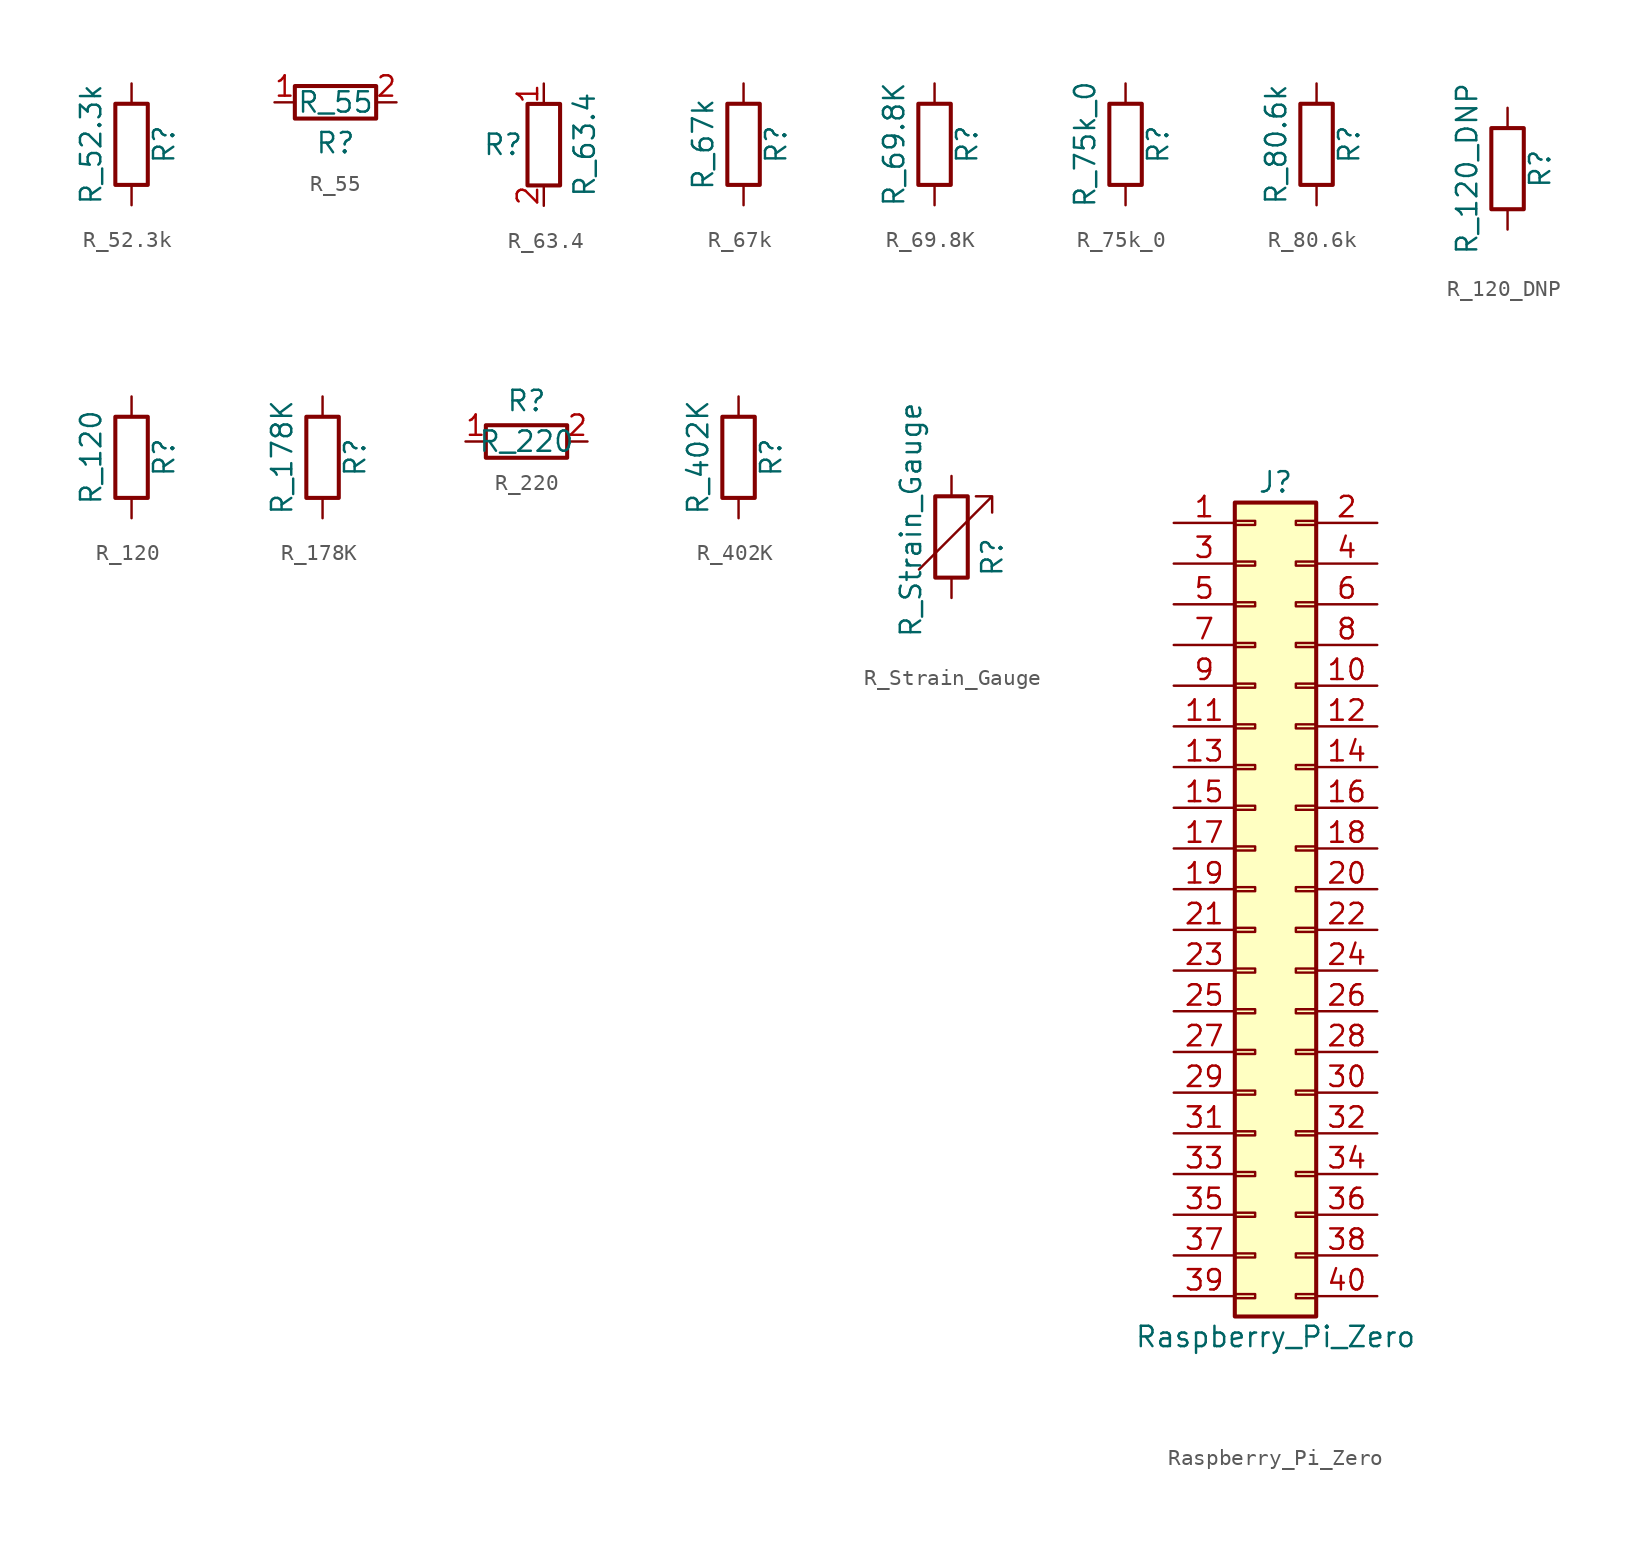
<source format=kicad_sym>
(kicad_symbol_lib
  (version 20211014)
  (generator kicad_symbol_editor)
  (symbol "R_52.3k"
    (pin_numbers hide)
    (pin_names
      (offset 0))
    (property "Reference" "R"
      (at 2.032 0 90)
      (effects (font (size 1.27 1.27))))
    (property "Value" "R_52.3k"
      (at -2.54 0 90)
      (effects (font (size 1.27 1.27))))
    (symbol "R_52.3k_0_1"
      (rectangle (start -1.016 -2.54) (end 1.016 2.54) (stroke (width 0.254) (type default) (color 0 0 0 0)) (fill (type none))))
    (symbol "R_52.3k_1_1"
      (pin passive line (at 0 3.81 270) (length 1.27) (name "~" (effects (font (size 1.27 1.27)))) (number "1" (effects (font (size 1.27 1.27)))))
      (pin passive line (at 0 -3.81 90) (length 1.27) (name "~" (effects (font (size 1.27 1.27)))) (number "2" (effects (font (size 1.27 1.27)))))))
  (symbol "R_55"
    (pin_names
      (offset 1.016))
    (property "Reference" "R"
      (at 0 -2.54 0)
      (effects (font (size 1.27 1.27))))
    (property "Value" "R_55"
      (at 0 0 0)
      (effects (font (size 1.27 1.27))))
    (symbol "R_55_1_1"
      (rectangle (start 2.54 -1.016) (end -2.54 1.016) (stroke (width 0.254) (type default) (color 0 0 0 0)) (fill (type none)))
      (pin passive line (at -3.81 0 0) (length 1.27) (name "~" (effects (font (size 1.27 1.27)))) (number "1" (effects (font (size 1.27 1.27)))))
      (pin passive line (at 3.81 0 180) (length 1.27) (name "~" (effects (font (size 1.27 1.27)))) (number "2" (effects (font (size 1.27 1.27)))))))
  (symbol "R_63.4"
    (pin_names
      (offset 1.016))
    (property "Reference" "R"
      (at -2.54 0 0)
      (effects (font (size 1.27 1.27))))
    (property "Value" "R_63.4"
      (at 2.54 0 90)
      (effects (font (size 1.27 1.27))))
    (symbol "R_63.4_0_1"
      (rectangle (start -1.016 -2.54) (end 1.016 2.54) (stroke (width 0.254) (type default) (color 0 0 0 0)) (fill (type none))))
    (symbol "R_63.4_1_1"
      (pin passive line (at 0 3.81 270) (length 1.27) (name "~" (effects (font (size 1.27 1.27)))) (number "1" (effects (font (size 1.27 1.27)))))
      (pin passive line (at 0 -3.81 90) (length 1.27) (name "~" (effects (font (size 1.27 1.27)))) (number "2" (effects (font (size 1.27 1.27)))))))
  (symbol "R_67k"
    (pin_numbers hide)
    (pin_names
      (offset 0))
    (property "Reference" "R"
      (at 2.032 0 90)
      (effects (font (size 1.27 1.27))))
    (property "Value" "R_67k"
      (at -2.54 0 90)
      (effects (font (size 1.27 1.27))))
    (symbol "R_67k_0_1"
      (rectangle (start -1.016 -2.54) (end 1.016 2.54) (stroke (width 0.254) (type default) (color 0 0 0 0)) (fill (type none))))
    (symbol "R_67k_1_1"
      (pin passive line (at 0 3.81 270) (length 1.27) (name "~" (effects (font (size 1.27 1.27)))) (number "1" (effects (font (size 1.27 1.27)))))
      (pin passive line (at 0 -3.81 90) (length 1.27) (name "~" (effects (font (size 1.27 1.27)))) (number "2" (effects (font (size 1.27 1.27)))))))
  (symbol "R_69.8K"
    (pin_numbers hide)
    (pin_names
      (offset 0))
    (property "Reference" "R"
      (at 2.032 0 90)
      (effects (font (size 1.27 1.27))))
    (property "Value" "R_69.8K"
      (at -2.54 0 90)
      (effects (font (size 1.27 1.27))))
    (symbol "R_69.8K_0_1"
      (rectangle (start -1.016 -2.54) (end 1.016 2.54) (stroke (width 0.254) (type default) (color 0 0 0 0)) (fill (type none))))
    (symbol "R_69.8K_1_1"
      (pin passive line (at 0 3.81 270) (length 1.27) (name "~" (effects (font (size 1.27 1.27)))) (number "1" (effects (font (size 1.27 1.27)))))
      (pin passive line (at 0 -3.81 90) (length 1.27) (name "~" (effects (font (size 1.27 1.27)))) (number "2" (effects (font (size 1.27 1.27)))))))
  (symbol "R_75k_0"
    (pin_numbers hide)
    (pin_names
      (offset 0))
    (property "Reference" "R"
      (at 2.032 0 90)
      (effects (font (size 1.27 1.27))))
    (property "Value" "R_75k_0"
      (at -2.54 0 90)
      (effects (font (size 1.27 1.27))))
    (symbol "R_75k_0_0_1"
      (rectangle (start -1.016 -2.54) (end 1.016 2.54) (stroke (width 0.254) (type default) (color 0 0 0 0)) (fill (type none))))
    (symbol "R_75k_0_1_1"
      (pin passive line (at 0 3.81 270) (length 1.27) (name "~" (effects (font (size 1.27 1.27)))) (number "1" (effects (font (size 1.27 1.27)))))
      (pin passive line (at 0 -3.81 90) (length 1.27) (name "~" (effects (font (size 1.27 1.27)))) (number "2" (effects (font (size 1.27 1.27)))))))
  (symbol "R_80.6k"
    (pin_numbers hide)
    (pin_names
      (offset 0))
    (property "Reference" "R"
      (at 2.032 0 90)
      (effects (font (size 1.27 1.27))))
    (property "Value" "R_80.6k"
      (at -2.54 0 90)
      (effects (font (size 1.27 1.27))))
    (symbol "R_80.6k_0_1"
      (rectangle (start -1.016 -2.54) (end 1.016 2.54) (stroke (width 0.254) (type default) (color 0 0 0 0)) (fill (type none))))
    (symbol "R_80.6k_1_1"
      (pin passive line (at 0 3.81 270) (length 1.27) (name "~" (effects (font (size 1.27 1.27)))) (number "1" (effects (font (size 1.27 1.27)))))
      (pin passive line (at 0 -3.81 90) (length 1.27) (name "~" (effects (font (size 1.27 1.27)))) (number "2" (effects (font (size 1.27 1.27)))))))
  (symbol "R_120_DNP"
    (pin_numbers hide)
    (pin_names
      (offset 0))
    (property "Reference" "R"
      (at 2.032 0 90)
      (effects (font (size 1.27 1.27))))
    (property "Value" "R_120_DNP"
      (at -2.54 0 90)
      (effects (font (size 1.27 1.27))))
    (symbol "R_120_DNP_0_1"
      (rectangle (start -1.016 -2.54) (end 1.016 2.54) (stroke (width 0.254) (type default) (color 0 0 0 0)) (fill (type none))))
    (symbol "R_120_DNP_1_1"
      (pin passive line (at 0 3.81 270) (length 1.27) (name "~" (effects (font (size 1.27 1.27)))) (number "1" (effects (font (size 1.27 1.27)))))
      (pin passive line (at 0 -3.81 90) (length 1.27) (name "~" (effects (font (size 1.27 1.27)))) (number "2" (effects (font (size 1.27 1.27)))))))
  (symbol "R_120"
    (pin_numbers hide)
    (pin_names
      (offset 0))
    (property "Reference" "R"
      (at 2.032 0 90)
      (effects (font (size 1.27 1.27))))
    (property "Value" "R_120"
      (at -2.54 0 90)
      (effects (font (size 1.27 1.27))))
    (symbol "R_120_0_1"
      (rectangle (start -1.016 -2.54) (end 1.016 2.54) (stroke (width 0.254) (type default) (color 0 0 0 0)) (fill (type none))))
    (symbol "R_120_1_1"
      (pin passive line (at 0 3.81 270) (length 1.27) (name "~" (effects (font (size 1.27 1.27)))) (number "1" (effects (font (size 1.27 1.27)))))
      (pin passive line (at 0 -3.81 90) (length 1.27) (name "~" (effects (font (size 1.27 1.27)))) (number "2" (effects (font (size 1.27 1.27)))))))
  (symbol "R_178K"
    (pin_numbers hide)
    (pin_names
      (offset 0))
    (property "Reference" "R"
      (at 2.032 0 90)
      (effects (font (size 1.27 1.27))))
    (property "Value" "R_178K"
      (at -2.54 0 90)
      (effects (font (size 1.27 1.27))))
    (symbol "R_178K_0_1"
      (rectangle (start -1.016 -2.54) (end 1.016 2.54) (stroke (width 0.254) (type default) (color 0 0 0 0)) (fill (type none))))
    (symbol "R_178K_1_1"
      (pin passive line (at 0 3.81 270) (length 1.27) (name "~" (effects (font (size 1.27 1.27)))) (number "1" (effects (font (size 1.27 1.27)))))
      (pin passive line (at 0 -3.81 90) (length 1.27) (name "~" (effects (font (size 1.27 1.27)))) (number "2" (effects (font (size 1.27 1.27)))))))
  (symbol "R_220"
    (pin_names
      (offset 1.016))
    (property "Reference" "R"
      (at 0 2.54 0)
      (effects (font (size 1.27 1.27))))
    (property "Value" "R_220"
      (at 0 0 0)
      (effects (font (size 1.27 1.27))))
    (symbol "R_220_1_1"
      (rectangle (start 2.54 -1.016) (end -2.54 1.016) (stroke (width 0.254) (type default) (color 0 0 0 0)) (fill (type none)))
      (pin passive line (at -3.81 0 0) (length 1.27) (name "~" (effects (font (size 1.27 1.27)))) (number "1" (effects (font (size 1.27 1.27)))))
      (pin passive line (at 3.81 0 180) (length 1.27) (name "~" (effects (font (size 1.27 1.27)))) (number "2" (effects (font (size 1.27 1.27)))))))
  (symbol "R_402K"
    (pin_numbers hide)
    (pin_names
      (offset 0))
    (property "Reference" "R"
      (at 2.032 0 90)
      (effects (font (size 1.27 1.27))))
    (property "Value" "R_402K"
      (at -2.54 0 90)
      (effects (font (size 1.27 1.27))))
    (symbol "R_402K_0_1"
      (rectangle (start -1.016 -2.54) (end 1.016 2.54) (stroke (width 0.254) (type default) (color 0 0 0 0)) (fill (type none))))
    (symbol "R_402K_1_1"
      (pin passive line (at 0 3.81 270) (length 1.27) (name "~" (effects (font (size 1.27 1.27)))) (number "1" (effects (font (size 1.27 1.27)))))
      (pin passive line (at 0 -3.81 90) (length 1.27) (name "~" (effects (font (size 1.27 1.27)))) (number "2" (effects (font (size 1.27 1.27)))))))
  (symbol "R_Strain_Gauge"
    (pin_numbers hide)
    (pin_names
      (offset 0))
    (property "Reference" "R"
      (at 2.54 -2.54 90)
      (effects (font (size 1.27 1.27)) (justify left)))
    (property "Value" "R_Strain_Gauge"
      (at -2.54 -6.35 90)
      (effects (font (size 1.27 1.27)) (justify left)))
    (symbol "R_Strain_Gauge_0_1"
      (rectangle (start -1.016 -2.54) (end 1.016 2.54) (stroke (width 0.254) (type default) (color 0 0 0 0)) (fill (type none)))
      (polyline (pts (xy 2.54 1.524) (xy 2.54 2.54) (xy 1.524 2.54) (xy 2.54 2.54) (xy -2.032 -2.032)) (stroke (width 0) (type default) (color 0 0 0 0)) (fill (type none))))
    (symbol "R_Strain_Gauge_1_1"
      (pin passive line (at 0 3.81 270) (length 1.27) (name "~" (effects (font (size 1.27 1.27)))) (number "1" (effects (font (size 1.27 1.27)))))
      (pin passive line (at 0 -3.81 90) (length 1.27) (name "~" (effects (font (size 1.27 1.27)))) (number "2" (effects (font (size 1.27 1.27)))))))
  (symbol "Raspberry_Pi_Zero"
    (pin_names
      (offset 1.016) hide)
    (property "Reference" "J"
      (at 1.27 25.4 0)
      (effects (font (size 1.27 1.27))))
    (property "Value" "Raspberry_Pi_Zero"
      (at 1.27 -27.94 0)
      (effects (font (size 1.27 1.27))))
    (symbol "Raspberry_Pi_Zero_1_1"
      (rectangle (start -1.27 -25.273) (end 0 -25.527) (stroke (width 0.152) (type default) (color 0 0 0 0)) (fill (type none)))
      (rectangle (start -1.27 -22.733) (end 0 -22.987) (stroke (width 0.152) (type default) (color 0 0 0 0)) (fill (type none)))
      (rectangle (start -1.27 -20.193) (end 0 -20.447) (stroke (width 0.152) (type default) (color 0 0 0 0)) (fill (type none)))
      (rectangle (start -1.27 -17.653) (end 0 -17.907) (stroke (width 0.152) (type default) (color 0 0 0 0)) (fill (type none)))
      (rectangle (start -1.27 -15.113) (end 0 -15.367) (stroke (width 0.152) (type default) (color 0 0 0 0)) (fill (type none)))
      (rectangle (start -1.27 -12.573) (end 0 -12.827) (stroke (width 0.152) (type default) (color 0 0 0 0)) (fill (type none)))
      (rectangle (start -1.27 -10.033) (end 0 -10.287) (stroke (width 0.152) (type default) (color 0 0 0 0)) (fill (type none)))
      (rectangle (start -1.27 -7.493) (end 0 -7.747) (stroke (width 0.152) (type default) (color 0 0 0 0)) (fill (type none)))
      (rectangle (start -1.27 -4.953) (end 0 -5.207) (stroke (width 0.152) (type default) (color 0 0 0 0)) (fill (type none)))
      (rectangle (start -1.27 -2.413) (end 0 -2.667) (stroke (width 0.152) (type default) (color 0 0 0 0)) (fill (type none)))
      (rectangle (start -1.27 0.127) (end 0 -0.127) (stroke (width 0.152) (type default) (color 0 0 0 0)) (fill (type none)))
      (rectangle (start -1.27 2.667) (end 0 2.413) (stroke (width 0.152) (type default) (color 0 0 0 0)) (fill (type none)))
      (rectangle (start -1.27 5.207) (end 0 4.953) (stroke (width 0.152) (type default) (color 0 0 0 0)) (fill (type none)))
      (rectangle (start -1.27 7.747) (end 0 7.493) (stroke (width 0.152) (type default) (color 0 0 0 0)) (fill (type none)))
      (rectangle (start -1.27 10.287) (end 0 10.033) (stroke (width 0.152) (type default) (color 0 0 0 0)) (fill (type none)))
      (rectangle (start -1.27 12.827) (end 0 12.573) (stroke (width 0.152) (type default) (color 0 0 0 0)) (fill (type none)))
      (rectangle (start -1.27 15.367) (end 0 15.113) (stroke (width 0.152) (type default) (color 0 0 0 0)) (fill (type none)))
      (rectangle (start -1.27 17.907) (end 0 17.653) (stroke (width 0.152) (type default) (color 0 0 0 0)) (fill (type none)))
      (rectangle (start -1.27 20.447) (end 0 20.193) (stroke (width 0.152) (type default) (color 0 0 0 0)) (fill (type none)))
      (rectangle (start -1.27 22.987) (end 0 22.733) (stroke (width 0.152) (type default) (color 0 0 0 0)) (fill (type none)))
      (rectangle (start -1.27 24.13) (end 3.81 -26.67) (stroke (width 0.254) (type default) (color 0 0 0 0)) (fill (type background)))
      (rectangle (start 3.81 -25.273) (end 2.54 -25.527) (stroke (width 0.152) (type default) (color 0 0 0 0)) (fill (type none)))
      (rectangle (start 3.81 -22.733) (end 2.54 -22.987) (stroke (width 0.152) (type default) (color 0 0 0 0)) (fill (type none)))
      (rectangle (start 3.81 -20.193) (end 2.54 -20.447) (stroke (width 0.152) (type default) (color 0 0 0 0)) (fill (type none)))
      (rectangle (start 3.81 -17.653) (end 2.54 -17.907) (stroke (width 0.152) (type default) (color 0 0 0 0)) (fill (type none)))
      (rectangle (start 3.81 -15.113) (end 2.54 -15.367) (stroke (width 0.152) (type default) (color 0 0 0 0)) (fill (type none)))
      (rectangle (start 3.81 -12.573) (end 2.54 -12.827) (stroke (width 0.152) (type default) (color 0 0 0 0)) (fill (type none)))
      (rectangle (start 3.81 -10.033) (end 2.54 -10.287) (stroke (width 0.152) (type default) (color 0 0 0 0)) (fill (type none)))
      (rectangle (start 3.81 -7.493) (end 2.54 -7.747) (stroke (width 0.152) (type default) (color 0 0 0 0)) (fill (type none)))
      (rectangle (start 3.81 -4.953) (end 2.54 -5.207) (stroke (width 0.152) (type default) (color 0 0 0 0)) (fill (type none)))
      (rectangle (start 3.81 -2.413) (end 2.54 -2.667) (stroke (width 0.152) (type default) (color 0 0 0 0)) (fill (type none)))
      (rectangle (start 3.81 0.127) (end 2.54 -0.127) (stroke (width 0.152) (type default) (color 0 0 0 0)) (fill (type none)))
      (rectangle (start 3.81 2.667) (end 2.54 2.413) (stroke (width 0.152) (type default) (color 0 0 0 0)) (fill (type none)))
      (rectangle (start 3.81 5.207) (end 2.54 4.953) (stroke (width 0.152) (type default) (color 0 0 0 0)) (fill (type none)))
      (rectangle (start 3.81 7.747) (end 2.54 7.493) (stroke (width 0.152) (type default) (color 0 0 0 0)) (fill (type none)))
      (rectangle (start 3.81 10.287) (end 2.54 10.033) (stroke (width 0.152) (type default) (color 0 0 0 0)) (fill (type none)))
      (rectangle (start 3.81 12.827) (end 2.54 12.573) (stroke (width 0.152) (type default) (color 0 0 0 0)) (fill (type none)))
      (rectangle (start 3.81 15.367) (end 2.54 15.113) (stroke (width 0.152) (type default) (color 0 0 0 0)) (fill (type none)))
      (rectangle (start 3.81 17.907) (end 2.54 17.653) (stroke (width 0.152) (type default) (color 0 0 0 0)) (fill (type none)))
      (rectangle (start 3.81 20.447) (end 2.54 20.193) (stroke (width 0.152) (type default) (color 0 0 0 0)) (fill (type none)))
      (rectangle (start 3.81 22.987) (end 2.54 22.733) (stroke (width 0.152) (type default) (color 0 0 0 0)) (fill (type none)))
      (pin passive line (at -5.08 22.86 0) (length 3.81) (name "Pin_1" (effects (font (size 1.27 1.27)))) (number "1" (effects (font (size 1.27 1.27)))))
      (pin passive line (at 7.62 12.7 180) (length 3.81) (name "Pin_10" (effects (font (size 1.27 1.27)))) (number "10" (effects (font (size 1.27 1.27)))))
      (pin passive line (at -5.08 10.16 0) (length 3.81) (name "Pin_11" (effects (font (size 1.27 1.27)))) (number "11" (effects (font (size 1.27 1.27)))))
      (pin passive line (at 7.62 10.16 180) (length 3.81) (name "Pin_12" (effects (font (size 1.27 1.27)))) (number "12" (effects (font (size 1.27 1.27)))))
      (pin passive line (at -5.08 7.62 0) (length 3.81) (name "Pin_13" (effects (font (size 1.27 1.27)))) (number "13" (effects (font (size 1.27 1.27)))))
      (pin passive line (at 7.62 7.62 180) (length 3.81) (name "Pin_14" (effects (font (size 1.27 1.27)))) (number "14" (effects (font (size 1.27 1.27)))))
      (pin passive line (at -5.08 5.08 0) (length 3.81) (name "Pin_15" (effects (font (size 1.27 1.27)))) (number "15" (effects (font (size 1.27 1.27)))))
      (pin passive line (at 7.62 5.08 180) (length 3.81) (name "Pin_16" (effects (font (size 1.27 1.27)))) (number "16" (effects (font (size 1.27 1.27)))))
      (pin passive line (at -5.08 2.54 0) (length 3.81) (name "Pin_17" (effects (font (size 1.27 1.27)))) (number "17" (effects (font (size 1.27 1.27)))))
      (pin passive line (at 7.62 2.54 180) (length 3.81) (name "Pin_18" (effects (font (size 1.27 1.27)))) (number "18" (effects (font (size 1.27 1.27)))))
      (pin passive line (at -5.08 0 0) (length 3.81) (name "Pin_19" (effects (font (size 1.27 1.27)))) (number "19" (effects (font (size 1.27 1.27)))))
      (pin passive line (at 7.62 22.86 180) (length 3.81) (name "Pin_2" (effects (font (size 1.27 1.27)))) (number "2" (effects (font (size 1.27 1.27)))))
      (pin passive line (at 7.62 0 180) (length 3.81) (name "Pin_20" (effects (font (size 1.27 1.27)))) (number "20" (effects (font (size 1.27 1.27)))))
      (pin passive line (at -5.08 -2.54 0) (length 3.81) (name "Pin_21" (effects (font (size 1.27 1.27)))) (number "21" (effects (font (size 1.27 1.27)))))
      (pin passive line (at 7.62 -2.54 180) (length 3.81) (name "Pin_22" (effects (font (size 1.27 1.27)))) (number "22" (effects (font (size 1.27 1.27)))))
      (pin passive line (at -5.08 -5.08 0) (length 3.81) (name "Pin_23" (effects (font (size 1.27 1.27)))) (number "23" (effects (font (size 1.27 1.27)))))
      (pin passive line (at 7.62 -5.08 180) (length 3.81) (name "Pin_24" (effects (font (size 1.27 1.27)))) (number "24" (effects (font (size 1.27 1.27)))))
      (pin passive line (at -5.08 -7.62 0) (length 3.81) (name "Pin_25" (effects (font (size 1.27 1.27)))) (number "25" (effects (font (size 1.27 1.27)))))
      (pin passive line (at 7.62 -7.62 180) (length 3.81) (name "Pin_26" (effects (font (size 1.27 1.27)))) (number "26" (effects (font (size 1.27 1.27)))))
      (pin passive line (at -5.08 -10.16 0) (length 3.81) (name "Pin_27" (effects (font (size 1.27 1.27)))) (number "27" (effects (font (size 1.27 1.27)))))
      (pin passive line (at 7.62 -10.16 180) (length 3.81) (name "Pin_28" (effects (font (size 1.27 1.27)))) (number "28" (effects (font (size 1.27 1.27)))))
      (pin passive line (at -5.08 -12.7 0) (length 3.81) (name "Pin_29" (effects (font (size 1.27 1.27)))) (number "29" (effects (font (size 1.27 1.27)))))
      (pin passive line (at -5.08 20.32 0) (length 3.81) (name "Pin_3" (effects (font (size 1.27 1.27)))) (number "3" (effects (font (size 1.27 1.27)))))
      (pin passive line (at 7.62 -12.7 180) (length 3.81) (name "Pin_30" (effects (font (size 1.27 1.27)))) (number "30" (effects (font (size 1.27 1.27)))))
      (pin passive line (at -5.08 -15.24 0) (length 3.81) (name "Pin_31" (effects (font (size 1.27 1.27)))) (number "31" (effects (font (size 1.27 1.27)))))
      (pin passive line (at 7.62 -15.24 180) (length 3.81) (name "Pin_32" (effects (font (size 1.27 1.27)))) (number "32" (effects (font (size 1.27 1.27)))))
      (pin passive line (at -5.08 -17.78 0) (length 3.81) (name "Pin_33" (effects (font (size 1.27 1.27)))) (number "33" (effects (font (size 1.27 1.27)))))
      (pin passive line (at 7.62 -17.78 180) (length 3.81) (name "Pin_34" (effects (font (size 1.27 1.27)))) (number "34" (effects (font (size 1.27 1.27)))))
      (pin passive line (at -5.08 -20.32 0) (length 3.81) (name "Pin_35" (effects (font (size 1.27 1.27)))) (number "35" (effects (font (size 1.27 1.27)))))
      (pin passive line (at 7.62 -20.32 180) (length 3.81) (name "Pin_36" (effects (font (size 1.27 1.27)))) (number "36" (effects (font (size 1.27 1.27)))))
      (pin passive line (at -5.08 -22.86 0) (length 3.81) (name "Pin_37" (effects (font (size 1.27 1.27)))) (number "37" (effects (font (size 1.27 1.27)))))
      (pin passive line (at 7.62 -22.86 180) (length 3.81) (name "Pin_38" (effects (font (size 1.27 1.27)))) (number "38" (effects (font (size 1.27 1.27)))))
      (pin passive line (at -5.08 -25.4 0) (length 3.81) (name "Pin_39" (effects (font (size 1.27 1.27)))) (number "39" (effects (font (size 1.27 1.27)))))
      (pin passive line (at 7.62 20.32 180) (length 3.81) (name "Pin_4" (effects (font (size 1.27 1.27)))) (number "4" (effects (font (size 1.27 1.27)))))
      (pin passive line (at 7.62 -25.4 180) (length 3.81) (name "Pin_40" (effects (font (size 1.27 1.27)))) (number "40" (effects (font (size 1.27 1.27)))))
      (pin passive line (at -5.08 17.78 0) (length 3.81) (name "Pin_5" (effects (font (size 1.27 1.27)))) (number "5" (effects (font (size 1.27 1.27)))))
      (pin passive line (at 7.62 17.78 180) (length 3.81) (name "Pin_6" (effects (font (size 1.27 1.27)))) (number "6" (effects (font (size 1.27 1.27)))))
      (pin passive line (at -5.08 15.24 0) (length 3.81) (name "Pin_7" (effects (font (size 1.27 1.27)))) (number "7" (effects (font (size 1.27 1.27)))))
      (pin passive line (at 7.62 15.24 180) (length 3.81) (name "Pin_8" (effects (font (size 1.27 1.27)))) (number "8" (effects (font (size 1.27 1.27)))))
      (pin passive line (at -5.08 12.7 0) (length 3.81) (name "Pin_9" (effects (font (size 1.27 1.27)))) (number "9" (effects (font (size 1.27 1.27))))))))
</source>
